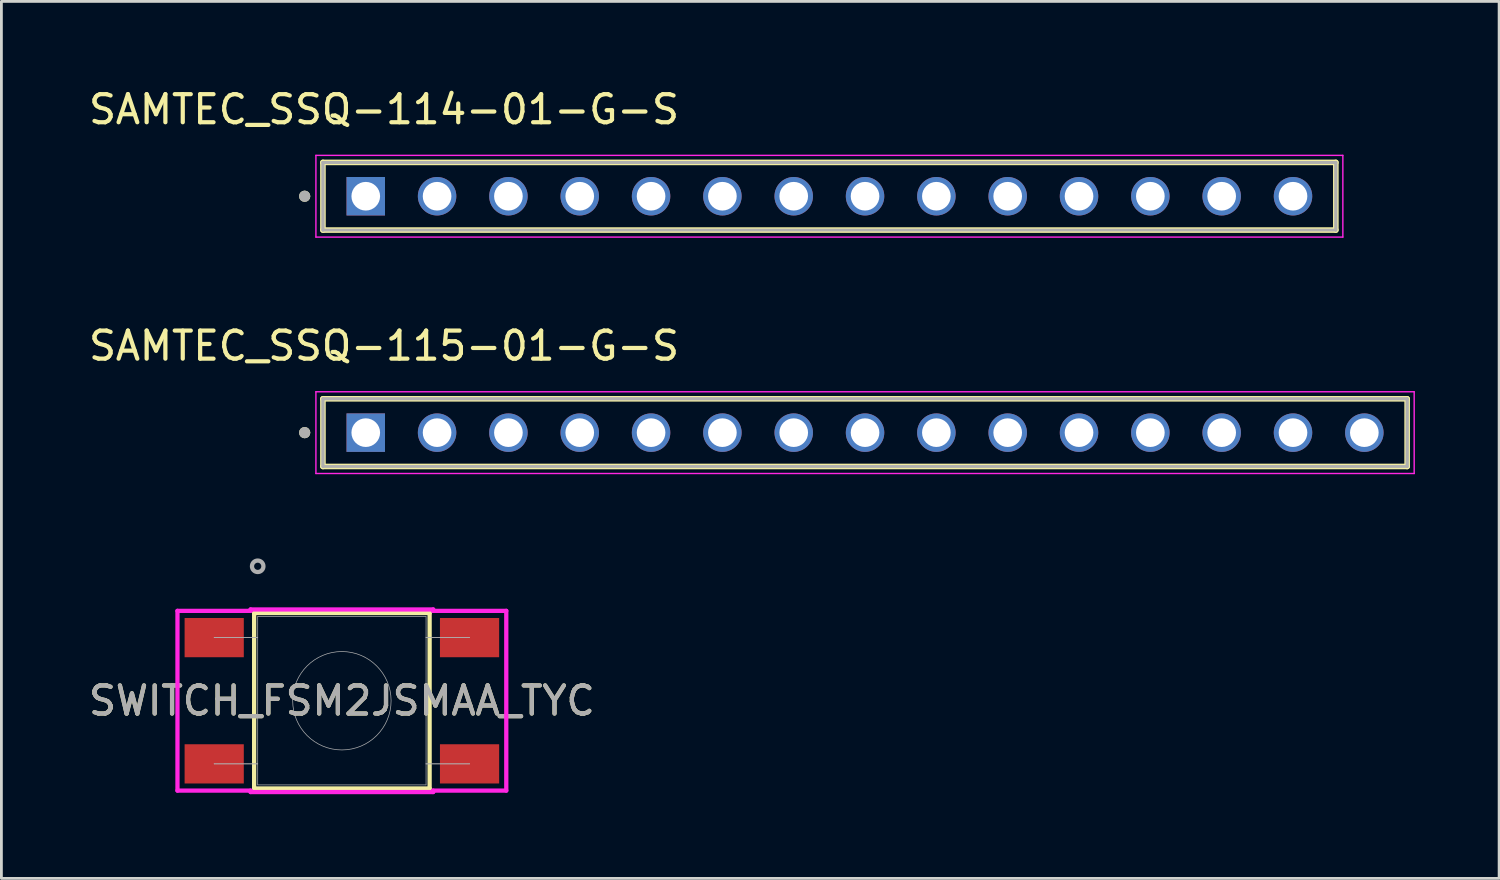
<source format=kicad_pcb>
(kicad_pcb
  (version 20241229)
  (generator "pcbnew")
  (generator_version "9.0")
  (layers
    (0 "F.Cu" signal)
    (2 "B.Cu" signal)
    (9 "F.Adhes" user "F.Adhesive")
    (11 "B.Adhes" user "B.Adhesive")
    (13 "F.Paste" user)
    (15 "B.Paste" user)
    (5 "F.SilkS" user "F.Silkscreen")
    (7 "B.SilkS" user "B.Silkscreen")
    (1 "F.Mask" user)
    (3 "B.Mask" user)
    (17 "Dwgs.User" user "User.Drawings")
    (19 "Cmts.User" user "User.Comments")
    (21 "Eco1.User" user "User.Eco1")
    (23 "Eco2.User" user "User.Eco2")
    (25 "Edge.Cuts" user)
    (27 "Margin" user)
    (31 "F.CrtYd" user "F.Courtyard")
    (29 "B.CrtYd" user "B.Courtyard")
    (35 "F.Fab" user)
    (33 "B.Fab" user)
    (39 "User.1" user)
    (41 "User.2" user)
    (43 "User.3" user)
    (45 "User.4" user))
  (footprint "SAMTEC_SSQ-114-01-G-S"
    (layer "F.Cu")
    (at 26.485 3.938)
    (property "Reference" "SAMTEC_SSQ-114-01-G-S" (at -15.86 -3.09 0) (layer "F.SilkS") (effects (font (size 1 1) (thickness 0.15))))
    (attr through_hole)
    (fp_line (start -18.035 1.205) (end -18.035 -1.205) (stroke (width 0.2) (type solid)) (layer "F.SilkS"))
    (fp_line (start 18.035 -1.205) (end -18.035 -1.205) (stroke (width 0.2) (type solid)) (layer "F.SilkS"))
    (fp_line (start 18.035 -1.205) (end 18.035 1.205) (stroke (width 0.2) (type solid)) (layer "F.SilkS"))
    (fp_line (start 18.035 1.205) (end -18.035 1.205) (stroke (width 0.2) (type solid)) (layer "F.SilkS"))
    (fp_circle (center -18.685 0) (end -18.585 0) (stroke (width 0.2) (type solid)) (fill no) (layer "F.SilkS"))
    (fp_line (start -18.285 -1.455) (end 18.285 -1.455) (stroke (width 0.05) (type solid)) (layer "F.CrtYd"))
    (fp_line (start -18.285 1.455) (end -18.285 -1.455) (stroke (width 0.05) (type solid)) (layer "F.CrtYd"))
    (fp_line (start 18.285 -1.455) (end 18.285 1.455) (stroke (width 0.05) (type solid)) (layer "F.CrtYd"))
    (fp_line (start 18.285 1.455) (end -18.285 1.455) (stroke (width 0.05) (type solid)) (layer "F.CrtYd"))
    (fp_line (start -18.035 -1.205) (end 18.035 -1.205) (stroke (width 0.1) (type solid)) (layer "F.Fab"))
    (fp_line (start -18.035 -1.205) (end 18.035 -1.205) (stroke (width 0.1) (type solid)) (layer "F.Fab"))
    (fp_line (start -18.035 1.205) (end -18.035 -1.205) (stroke (width 0.1) (type solid)) (layer "F.Fab"))
    (fp_line (start -18.035 1.205) (end -18.035 -1.205) (stroke (width 0.1) (type solid)) (layer "F.Fab"))
    (fp_line (start 18.035 -1.205) (end 18.035 1.205) (stroke (width 0.1) (type solid)) (layer "F.Fab"))
    (fp_line (start 18.035 -1.205) (end 18.035 1.205) (stroke (width 0.1) (type solid)) (layer "F.Fab"))
    (fp_line (start 18.035 1.205) (end -18.035 1.205) (stroke (width 0.1) (type solid)) (layer "F.Fab"))
    (fp_circle (center -18.685 0) (end -18.585 0) (stroke (width 0.2) (type solid)) (fill no) (layer "F.Fab"))
    (pad "01" thru_hole rect (at -16.51 0) (size 1.37 1.37) (drill 1.02) (layers "*.Cu" "*.Mask"))
    (pad "02" thru_hole circle (at -13.97 0) (size 1.37 1.37) (drill 1.02) (layers "*.Cu" "*.Mask"))
    (pad "03" thru_hole circle (at -11.43 0) (size 1.37 1.37) (drill 1.02) (layers "*.Cu" "*.Mask"))
    (pad "04" thru_hole circle (at -8.89 0) (size 1.37 1.37) (drill 1.02) (layers "*.Cu" "*.Mask"))
    (pad "05" thru_hole circle (at -6.35 0) (size 1.37 1.37) (drill 1.02) (layers "*.Cu" "*.Mask"))
    (pad "06" thru_hole circle (at -3.81 0) (size 1.37 1.37) (drill 1.02) (layers "*.Cu" "*.Mask"))
    (pad "07" thru_hole circle (at -1.27 0) (size 1.37 1.37) (drill 1.02) (layers "*.Cu" "*.Mask"))
    (pad "08" thru_hole circle (at 1.27 0) (size 1.37 1.37) (drill 1.02) (layers "*.Cu" "*.Mask"))
    (pad "09" thru_hole circle (at 3.81 0) (size 1.37 1.37) (drill 1.02) (layers "*.Cu" "*.Mask"))
    (pad "10" thru_hole circle (at 6.35 0) (size 1.37 1.37) (drill 1.02) (layers "*.Cu" "*.Mask"))
    (pad "11" thru_hole circle (at 8.89 0) (size 1.37 1.37) (drill 1.02) (layers "*.Cu" "*.Mask"))
    (pad "12" thru_hole circle (at 11.43 0) (size 1.37 1.37) (drill 1.02) (layers "*.Cu" "*.Mask"))
    (pad "13" thru_hole circle (at 13.97 0) (size 1.37 1.37) (drill 1.02) (layers "*.Cu" "*.Mask"))
    (pad "14" thru_hole circle (at 16.51 0) (size 1.37 1.37) (drill 1.02) (layers "*.Cu" "*.Mask")))
  (footprint "SAMTEC_SSQ-115-01-G-S"
    (layer "F.Cu")
    (at 27.755 12.357)
    (property "Reference" "SAMTEC_SSQ-115-01-G-S" (at -17.13 -3.09 0) (layer "F.SilkS") (effects (font (size 1 1) (thickness 0.15))))
    (attr through_hole)
    (fp_line (start -19.305 1.205) (end -19.305 -1.205) (stroke (width 0.2) (type solid)) (layer "F.SilkS"))
    (fp_line (start 19.305 -1.205) (end -19.305 -1.205) (stroke (width 0.2) (type solid)) (layer "F.SilkS"))
    (fp_line (start 19.305 -1.205) (end 19.305 1.205) (stroke (width 0.2) (type solid)) (layer "F.SilkS"))
    (fp_line (start 19.305 1.205) (end -19.305 1.205) (stroke (width 0.2) (type solid)) (layer "F.SilkS"))
    (fp_circle (center -19.955 0) (end -19.855 0) (stroke (width 0.2) (type solid)) (fill no) (layer "F.SilkS"))
    (fp_line (start -19.555 -1.455) (end 19.555 -1.455) (stroke (width 0.05) (type solid)) (layer "F.CrtYd"))
    (fp_line (start -19.555 1.455) (end -19.555 -1.455) (stroke (width 0.05) (type solid)) (layer "F.CrtYd"))
    (fp_line (start 19.555 -1.455) (end 19.555 1.455) (stroke (width 0.05) (type solid)) (layer "F.CrtYd"))
    (fp_line (start 19.555 1.455) (end -19.555 1.455) (stroke (width 0.05) (type solid)) (layer "F.CrtYd"))
    (fp_line (start -19.305 -1.205) (end 19.305 -1.205) (stroke (width 0.1) (type solid)) (layer "F.Fab"))
    (fp_line (start -19.305 -1.205) (end 19.305 -1.205) (stroke (width 0.1) (type solid)) (layer "F.Fab"))
    (fp_line (start -19.305 1.205) (end -19.305 -1.205) (stroke (width 0.1) (type solid)) (layer "F.Fab"))
    (fp_line (start -19.305 1.205) (end -19.305 -1.205) (stroke (width 0.1) (type solid)) (layer "F.Fab"))
    (fp_line (start 19.305 -1.205) (end 19.305 1.205) (stroke (width 0.1) (type solid)) (layer "F.Fab"))
    (fp_line (start 19.305 -1.205) (end 19.305 1.205) (stroke (width 0.1) (type solid)) (layer "F.Fab"))
    (fp_line (start 19.305 1.205) (end -19.305 1.205) (stroke (width 0.1) (type solid)) (layer "F.Fab"))
    (fp_circle (center -19.955 0) (end -19.855 0) (stroke (width 0.2) (type solid)) (fill no) (layer "F.Fab"))
    (pad "01" thru_hole rect (at -17.78 0) (size 1.37 1.37) (drill 1.02) (layers "*.Cu" "*.Mask"))
    (pad "02" thru_hole circle (at -15.24 0) (size 1.37 1.37) (drill 1.02) (layers "*.Cu" "*.Mask"))
    (pad "03" thru_hole circle (at -12.7 0) (size 1.37 1.37) (drill 1.02) (layers "*.Cu" "*.Mask"))
    (pad "04" thru_hole circle (at -10.16 0) (size 1.37 1.37) (drill 1.02) (layers "*.Cu" "*.Mask"))
    (pad "05" thru_hole circle (at -7.62 0) (size 1.37 1.37) (drill 1.02) (layers "*.Cu" "*.Mask"))
    (pad "06" thru_hole circle (at -5.08 0) (size 1.37 1.37) (drill 1.02) (layers "*.Cu" "*.Mask"))
    (pad "07" thru_hole circle (at -2.54 0) (size 1.37 1.37) (drill 1.02) (layers "*.Cu" "*.Mask"))
    (pad "08" thru_hole circle (at 0 0) (size 1.37 1.37) (drill 1.02) (layers "*.Cu" "*.Mask"))
    (pad "09" thru_hole circle (at 2.54 0) (size 1.37 1.37) (drill 1.02) (layers "*.Cu" "*.Mask"))
    (pad "10" thru_hole circle (at 5.08 0) (size 1.37 1.37) (drill 1.02) (layers "*.Cu" "*.Mask"))
    (pad "11" thru_hole circle (at 7.62 0) (size 1.37 1.37) (drill 1.02) (layers "*.Cu" "*.Mask"))
    (pad "12" thru_hole circle (at 10.16 0) (size 1.37 1.37) (drill 1.02) (layers "*.Cu" "*.Mask"))
    (pad "13" thru_hole circle (at 12.7 0) (size 1.37 1.37) (drill 1.02) (layers "*.Cu" "*.Mask"))
    (pad "14" thru_hole circle (at 15.24 0) (size 1.37 1.37) (drill 1.02) (layers "*.Cu" "*.Mask"))
    (pad "15" thru_hole circle (at 17.78 0) (size 1.37 1.37) (drill 1.02) (layers "*.Cu" "*.Mask")))
  (footprint "SWITCH_FSM2JSMAA_TYC"
    (layer "F.Cu")
    (at 4.578 19.656)
    (property "Reference" "SWITCH_FSM2JSMAA_TYC" (at 4.547 2.248 0) (unlocked yes) (layer "F.SilkS") (effects (font (size 1 1) (thickness 0.15))))
    (attr smd)
    (fp_line (start 1.422 -0.876) (end 1.422 5.372) (stroke (width 0.152) (type solid)) (layer "F.SilkS"))
    (fp_line (start 1.422 5.372) (end 7.671 5.372) (stroke (width 0.152) (type solid)) (layer "F.SilkS"))
    (fp_line (start 7.671 -0.876) (end 1.422 -0.876) (stroke (width 0.152) (type solid)) (layer "F.SilkS"))
    (fp_line (start 7.671 5.372) (end 7.671 -0.876) (stroke (width 0.152) (type solid)) (layer "F.SilkS"))
    (fp_line (start -1.308 -0.953) (end 1.295 -0.953) (stroke (width 0.152) (type solid)) (layer "F.CrtYd"))
    (fp_line (start -1.308 5.448) (end -1.308 -0.953) (stroke (width 0.152) (type solid)) (layer "F.CrtYd"))
    (fp_line (start -1.308 5.448) (end 1.295 5.448) (stroke (width 0.152) (type solid)) (layer "F.CrtYd"))
    (fp_line (start 1.295 -1.003) (end 7.798 -1.003) (stroke (width 0.152) (type solid)) (layer "F.CrtYd"))
    (fp_line (start 1.295 -0.953) (end 1.295 -1.003) (stroke (width 0.152) (type solid)) (layer "F.CrtYd"))
    (fp_line (start 1.295 5.499) (end 1.295 5.448) (stroke (width 0.152) (type solid)) (layer "F.CrtYd"))
    (fp_line (start 7.798 -1.003) (end 7.798 -0.953) (stroke (width 0.152) (type solid)) (layer "F.CrtYd"))
    (fp_line (start 7.798 5.448) (end 7.798 5.499) (stroke (width 0.152) (type solid)) (layer "F.CrtYd"))
    (fp_line (start 7.798 5.499) (end 1.295 5.499) (stroke (width 0.152) (type solid)) (layer "F.CrtYd"))
    (fp_line (start 10.401 -0.953) (end 7.798 -0.953) (stroke (width 0.152) (type solid)) (layer "F.CrtYd"))
    (fp_line (start 10.401 -0.953) (end 10.401 5.448) (stroke (width 0.152) (type solid)) (layer "F.CrtYd"))
    (fp_line (start 10.401 5.448) (end 7.798 5.448) (stroke (width 0.152) (type solid)) (layer "F.CrtYd"))
    (fp_line (start 0 0) (end 0 0) (stroke (width 0.025) (type solid)) (layer "F.Fab"))
    (fp_line (start 0 0) (end 1.549 0) (stroke (width 0.025) (type solid)) (layer "F.Fab"))
    (fp_line (start 0 4.496) (end 0 4.496) (stroke (width 0.025) (type solid)) (layer "F.Fab"))
    (fp_line (start 0 4.496) (end 1.549 4.496) (stroke (width 0.025) (type solid)) (layer "F.Fab"))
    (fp_line (start 1.549 -0.749) (end 1.549 5.245) (stroke (width 0.025) (type solid)) (layer "F.Fab"))
    (fp_line (start 1.549 0) (end 0 0) (stroke (width 0.025) (type solid)) (layer "F.Fab"))
    (fp_line (start 1.549 0) (end 1.549 0) (stroke (width 0.025) (type solid)) (layer "F.Fab"))
    (fp_line (start 1.549 4.496) (end 0 4.496) (stroke (width 0.025) (type solid)) (layer "F.Fab"))
    (fp_line (start 1.549 4.496) (end 1.549 4.496) (stroke (width 0.025) (type solid)) (layer "F.Fab"))
    (fp_line (start 1.549 5.245) (end 7.544 5.245) (stroke (width 0.025) (type solid)) (layer "F.Fab"))
    (fp_line (start 7.544 -0.749) (end 1.549 -0.749) (stroke (width 0.025) (type solid)) (layer "F.Fab"))
    (fp_line (start 7.544 0) (end 7.544 0) (stroke (width 0.025) (type solid)) (layer "F.Fab"))
    (fp_line (start 7.544 0) (end 9.093 0) (stroke (width 0.025) (type solid)) (layer "F.Fab"))
    (fp_line (start 7.544 4.496) (end 7.544 4.496) (stroke (width 0.025) (type solid)) (layer "F.Fab"))
    (fp_line (start 7.544 4.496) (end 9.093 4.496) (stroke (width 0.025) (type solid)) (layer "F.Fab"))
    (fp_line (start 7.544 5.245) (end 7.544 -0.749) (stroke (width 0.025) (type solid)) (layer "F.Fab"))
    (fp_line (start 9.093 0) (end 7.544 0) (stroke (width 0.025) (type solid)) (layer "F.Fab"))
    (fp_line (start 9.093 0) (end 9.093 0) (stroke (width 0.025) (type solid)) (layer "F.Fab"))
    (fp_line (start 9.093 4.496) (end 7.544 4.496) (stroke (width 0.025) (type solid)) (layer "F.Fab"))
    (fp_line (start 9.093 4.496) (end 9.093 4.496) (stroke (width 0.025) (type solid)) (layer "F.Fab"))
    (fp_circle (center 1.549 -2.54) (end 1.753 -2.54) (stroke (width 0.152) (type solid)) (fill no) (layer "F.Fab"))
    (fp_circle (center 4.547 2.248) (end 6.299 2.248) (stroke (width 0.025) (type solid)) (fill no) (layer "F.Fab"))
    (fp_text user "${REFERENCE}" (at 4.547 2.248 0) (unlocked yes) (layer "F.Fab") (effects (font (size 1 1) (thickness 0.15))))
    (pad "1" smd rect (at 0 0) (size 2.108 1.397) (layers "F.Cu" "F.Mask" "F.Paste"))
    (pad "2" smd rect (at 9.093 0) (size 2.108 1.397) (layers "F.Cu" "F.Mask" "F.Paste"))
    (pad "3" smd rect (at 0 4.496) (size 2.108 1.397) (layers "F.Cu" "F.Mask" "F.Paste"))
    (pad "4" smd rect (at 9.093 4.496) (size 2.108 1.397) (layers "F.Cu" "F.Mask" "F.Paste")))
  (gr_rect
    (start -3 -3)
    (end 50.335 28.231)
    (stroke (width 0.1) (type default))
    (fill no)
    (layer "Edge.Cuts")))
</source>
